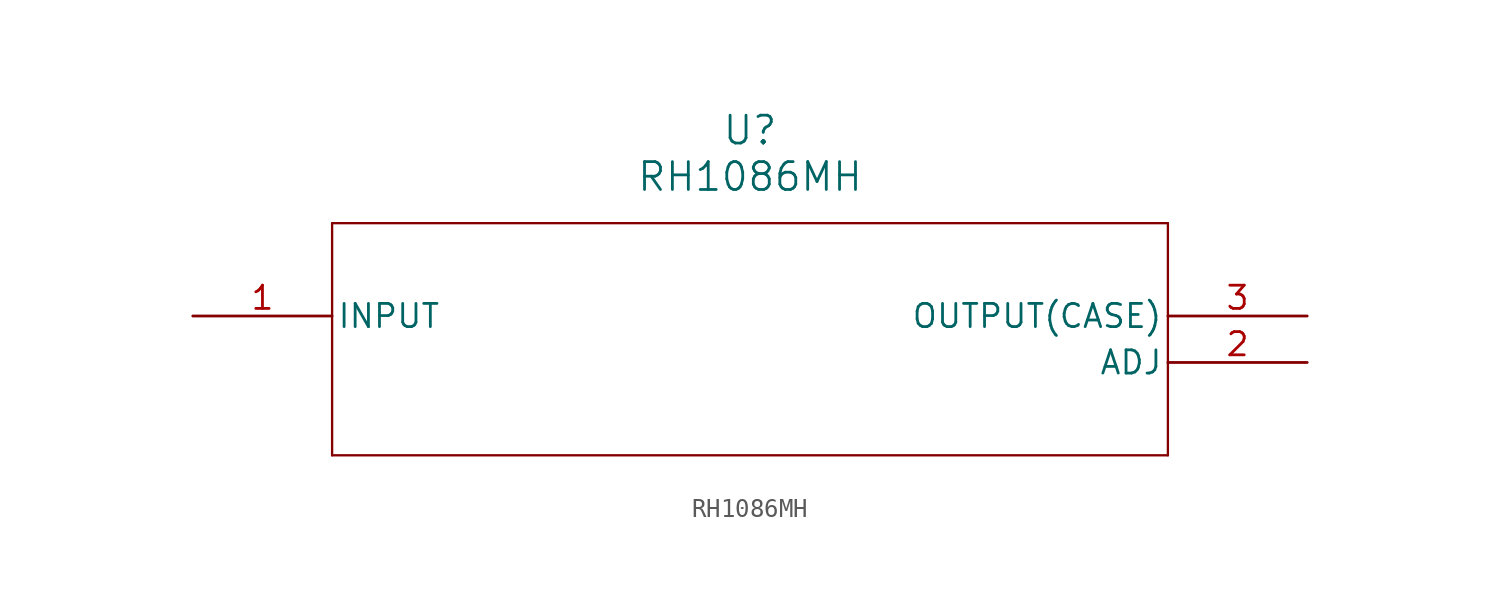
<source format=kicad_sym>
(kicad_symbol_lib
  (version 20211014)
  (generator kicad_symbol_editor)
  (symbol "RH1086MH"
    (pin_names
      (offset 0.254))
    (property "Reference" "U"
      (at 30.48 10.16 0)
      (effects (font (size 1.524 1.524))))
    (property "Value" "RH1086MH"
      (at 30.48 7.62 0)
      (effects (font (size 1.524 1.524))))
    (symbol "RH1086MH_0_1"
      (polyline (pts (xy 7.62 5.08) (xy 7.62 -7.62)) (stroke (width 0.127) (type default) (color 0 0 0 0)) (fill (type none)))
      (polyline (pts (xy 7.62 -7.62) (xy 53.34 -7.62)) (stroke (width 0.127) (type default) (color 0 0 0 0)) (fill (type none)))
      (polyline (pts (xy 53.34 -7.62) (xy 53.34 5.08)) (stroke (width 0.127) (type default) (color 0 0 0 0)) (fill (type none)))
      (polyline (pts (xy 53.34 5.08) (xy 7.62 5.08)) (stroke (width 0.127) (type default) (color 0 0 0 0)) (fill (type none)))
      (pin unspecified line (at 0 0 0) (length 7.62) (name "INPUT" (effects (font (size 1.27 1.27)))) (number "1" (effects (font (size 1.27 1.27)))))
      (pin unspecified line (at 60.96 -2.54 180) (length 7.62) (name "ADJ" (effects (font (size 1.27 1.27)))) (number "2" (effects (font (size 1.27 1.27)))))
      (pin unspecified line (at 60.96 0 180) (length 7.62) (name "OUTPUT(CASE)" (effects (font (size 1.27 1.27)))) (number "3" (effects (font (size 1.27 1.27))))))))
</source>
